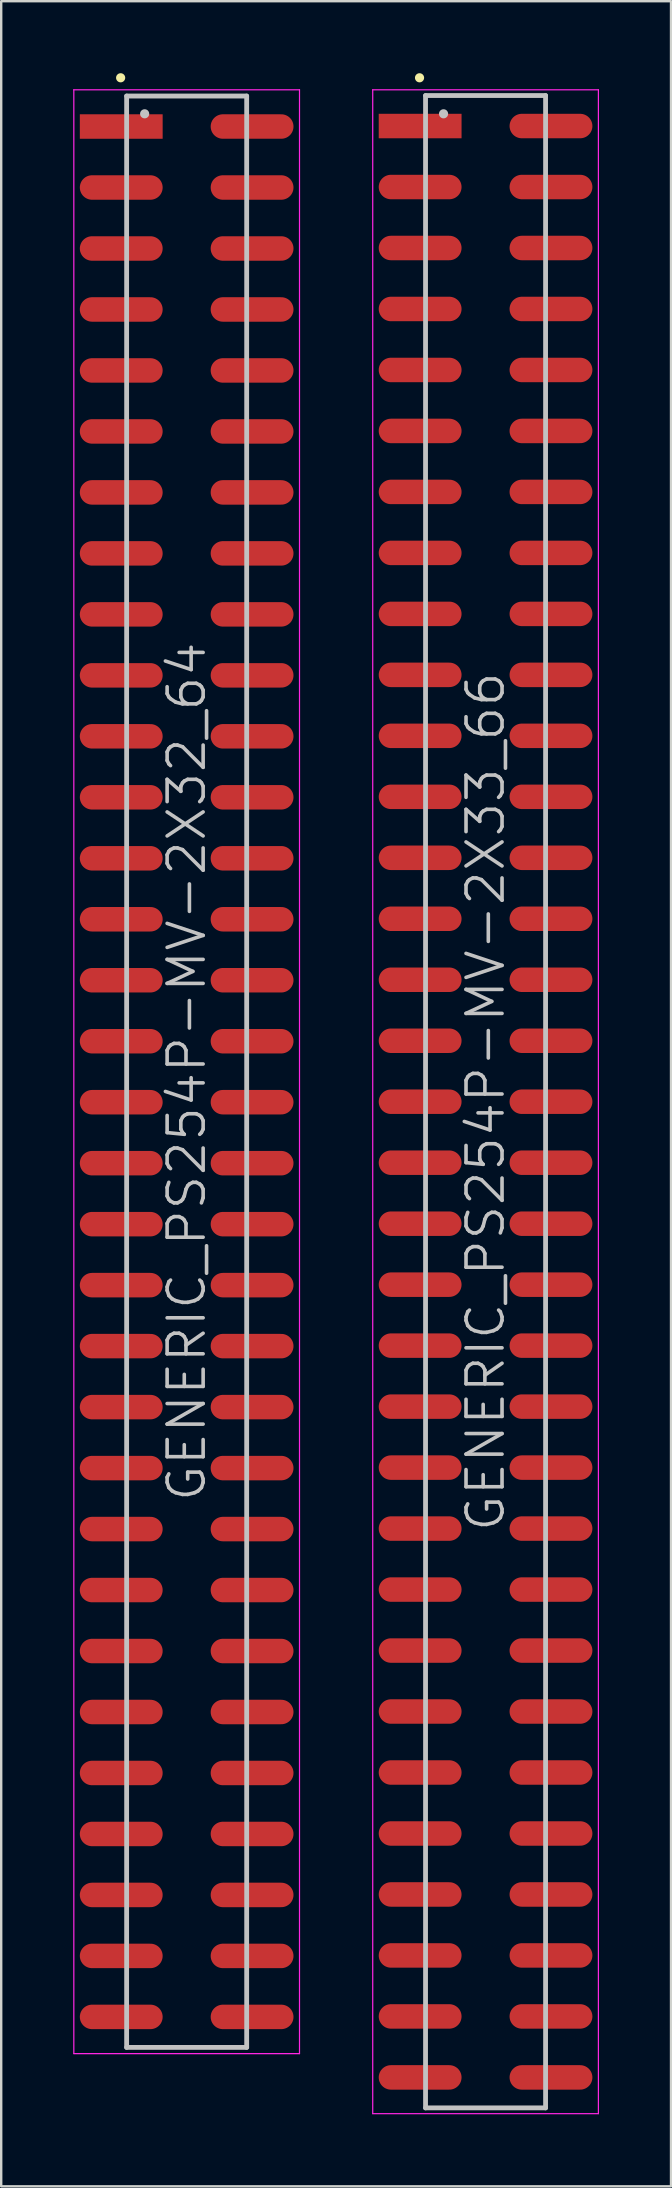
<source format=kicad_pcb>
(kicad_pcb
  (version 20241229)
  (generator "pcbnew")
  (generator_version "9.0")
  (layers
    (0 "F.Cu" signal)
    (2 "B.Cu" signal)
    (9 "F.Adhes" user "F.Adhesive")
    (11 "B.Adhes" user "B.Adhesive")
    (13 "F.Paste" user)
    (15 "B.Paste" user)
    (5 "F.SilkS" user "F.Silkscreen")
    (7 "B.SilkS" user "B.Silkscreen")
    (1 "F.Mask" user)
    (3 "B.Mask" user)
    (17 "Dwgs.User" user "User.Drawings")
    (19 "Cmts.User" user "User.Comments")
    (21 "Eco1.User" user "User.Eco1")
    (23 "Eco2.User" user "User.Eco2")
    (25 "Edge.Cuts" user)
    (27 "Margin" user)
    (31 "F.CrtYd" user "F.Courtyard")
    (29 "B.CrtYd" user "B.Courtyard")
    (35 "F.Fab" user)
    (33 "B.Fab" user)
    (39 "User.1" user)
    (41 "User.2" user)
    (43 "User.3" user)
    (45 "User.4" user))
  (footprint "GENERIC_PS254P-MV-2X33_66"
    (layer "F.Cu")
    (at 17.175 42.84)
    (property "Reference" "GENERIC_PS254P-MV-2X33_66" (at 0 0 90) (layer "Dwgs.User") (effects (font (size 1.5 1.5) (thickness 0.15))))
    (attr smd)
    (fp_line (start -2.75 -42.65) (end -2.75 -42.65) (stroke (width 0.381) (type solid)) (layer "F.SilkS"))
    (fp_line (start -2.5 -41.91) (end -2.5 41.91) (stroke (width 0.2) (type solid)) (layer "Dwgs.User"))
    (fp_line (start -2.5 -41.91) (end 2.5 -41.91) (stroke (width 0.2) (type solid)) (layer "Dwgs.User"))
    (fp_line (start -2.5 41.91) (end 2.5 41.91) (stroke (width 0.2) (type solid)) (layer "Dwgs.User"))
    (fp_line (start -1.75 -41.15) (end -1.75 -41.15) (stroke (width 0.381) (type solid)) (layer "Dwgs.User"))
    (fp_line (start 2.5 -41.91) (end 2.5 41.91) (stroke (width 0.2) (type solid)) (layer "Dwgs.User"))
    (fp_line (start -4.7 -42.15) (end -4.7 42.15) (stroke (width 0.05) (type solid)) (layer "F.CrtYd"))
    (fp_line (start -4.7 -42.15) (end 4.7 -42.15) (stroke (width 0.05) (type solid)) (layer "F.CrtYd"))
    (fp_line (start -4.7 42.15) (end 4.7 42.15) (stroke (width 0.05) (type solid)) (layer "F.CrtYd"))
    (fp_line (start 4.7 -42.15) (end 4.7 42.15) (stroke (width 0.05) (type solid)) (layer "F.CrtYd"))
    (pad "1" smd rect (at -2.725 -40.64 270) (size 1.02 3.45) (layers "F.Cu" "F.Mask" "F.Paste"))
    (pad "2" smd oval (at 2.725 -40.64 270) (size 1.02 3.45) (layers "F.Cu" "F.Mask" "F.Paste"))
    (pad "3" smd oval (at -2.725 -38.1 270) (size 1.02 3.45) (layers "F.Cu" "F.Mask" "F.Paste"))
    (pad "4" smd oval (at 2.725 -38.1 270) (size 1.02 3.45) (layers "F.Cu" "F.Mask" "F.Paste"))
    (pad "5" smd oval (at -2.725 -35.56 270) (size 1.02 3.45) (layers "F.Cu" "F.Mask" "F.Paste"))
    (pad "6" smd oval (at 2.725 -35.56 270) (size 1.02 3.45) (layers "F.Cu" "F.Mask" "F.Paste"))
    (pad "7" smd oval (at -2.725 -33.02 270) (size 1.02 3.45) (layers "F.Cu" "F.Mask" "F.Paste"))
    (pad "8" smd oval (at 2.725 -33.02 270) (size 1.02 3.45) (layers "F.Cu" "F.Mask" "F.Paste"))
    (pad "9" smd oval (at -2.725 -30.48 270) (size 1.02 3.45) (layers "F.Cu" "F.Mask" "F.Paste"))
    (pad "10" smd oval (at 2.725 -30.48 270) (size 1.02 3.45) (layers "F.Cu" "F.Mask" "F.Paste"))
    (pad "11" smd oval (at -2.725 -27.94 270) (size 1.02 3.45) (layers "F.Cu" "F.Mask" "F.Paste"))
    (pad "12" smd oval (at 2.725 -27.94 270) (size 1.02 3.45) (layers "F.Cu" "F.Mask" "F.Paste"))
    (pad "13" smd oval (at -2.725 -25.4 270) (size 1.02 3.45) (layers "F.Cu" "F.Mask" "F.Paste"))
    (pad "14" smd oval (at 2.725 -25.4 270) (size 1.02 3.45) (layers "F.Cu" "F.Mask" "F.Paste"))
    (pad "15" smd oval (at -2.725 -22.86 270) (size 1.02 3.45) (layers "F.Cu" "F.Mask" "F.Paste"))
    (pad "16" smd oval (at 2.725 -22.86 270) (size 1.02 3.45) (layers "F.Cu" "F.Mask" "F.Paste"))
    (pad "17" smd oval (at -2.725 -20.32 270) (size 1.02 3.45) (layers "F.Cu" "F.Mask" "F.Paste"))
    (pad "18" smd oval (at 2.725 -20.32 270) (size 1.02 3.45) (layers "F.Cu" "F.Mask" "F.Paste"))
    (pad "19" smd oval (at -2.725 -17.78 270) (size 1.02 3.45) (layers "F.Cu" "F.Mask" "F.Paste"))
    (pad "20" smd oval (at 2.725 -17.78 270) (size 1.02 3.45) (layers "F.Cu" "F.Mask" "F.Paste"))
    (pad "21" smd oval (at -2.725 -15.24 270) (size 1.02 3.45) (layers "F.Cu" "F.Mask" "F.Paste"))
    (pad "22" smd oval (at 2.725 -15.24 270) (size 1.02 3.45) (layers "F.Cu" "F.Mask" "F.Paste"))
    (pad "23" smd oval (at -2.725 -12.7 270) (size 1.02 3.45) (layers "F.Cu" "F.Mask" "F.Paste"))
    (pad "24" smd oval (at 2.725 -12.7 270) (size 1.02 3.45) (layers "F.Cu" "F.Mask" "F.Paste"))
    (pad "25" smd oval (at -2.725 -10.16 270) (size 1.02 3.45) (layers "F.Cu" "F.Mask" "F.Paste"))
    (pad "26" smd oval (at 2.725 -10.16 270) (size 1.02 3.45) (layers "F.Cu" "F.Mask" "F.Paste"))
    (pad "27" smd oval (at -2.725 -7.62 270) (size 1.02 3.45) (layers "F.Cu" "F.Mask" "F.Paste"))
    (pad "28" smd oval (at 2.725 -7.62 270) (size 1.02 3.45) (layers "F.Cu" "F.Mask" "F.Paste"))
    (pad "29" smd oval (at -2.725 -5.08 270) (size 1.02 3.45) (layers "F.Cu" "F.Mask" "F.Paste"))
    (pad "30" smd oval (at 2.725 -5.08 270) (size 1.02 3.45) (layers "F.Cu" "F.Mask" "F.Paste"))
    (pad "31" smd oval (at -2.725 -2.54 270) (size 1.02 3.45) (layers "F.Cu" "F.Mask" "F.Paste"))
    (pad "32" smd oval (at 2.725 -2.54 270) (size 1.02 3.45) (layers "F.Cu" "F.Mask" "F.Paste"))
    (pad "33" smd oval (at -2.725 0 270) (size 1.02 3.45) (layers "F.Cu" "F.Mask" "F.Paste"))
    (pad "34" smd oval (at 2.725 0 270) (size 1.02 3.45) (layers "F.Cu" "F.Mask" "F.Paste"))
    (pad "35" smd oval (at -2.725 2.54 270) (size 1.02 3.45) (layers "F.Cu" "F.Mask" "F.Paste"))
    (pad "36" smd oval (at 2.725 2.54 270) (size 1.02 3.45) (layers "F.Cu" "F.Mask" "F.Paste"))
    (pad "37" smd oval (at -2.725 5.08 270) (size 1.02 3.45) (layers "F.Cu" "F.Mask" "F.Paste"))
    (pad "38" smd oval (at 2.725 5.08 270) (size 1.02 3.45) (layers "F.Cu" "F.Mask" "F.Paste"))
    (pad "39" smd oval (at -2.725 7.62 270) (size 1.02 3.45) (layers "F.Cu" "F.Mask" "F.Paste"))
    (pad "40" smd oval (at 2.725 7.62 270) (size 1.02 3.45) (layers "F.Cu" "F.Mask" "F.Paste"))
    (pad "41" smd oval (at -2.725 10.16 270) (size 1.02 3.45) (layers "F.Cu" "F.Mask" "F.Paste"))
    (pad "42" smd oval (at 2.725 10.16 270) (size 1.02 3.45) (layers "F.Cu" "F.Mask" "F.Paste"))
    (pad "43" smd oval (at -2.725 12.7 270) (size 1.02 3.45) (layers "F.Cu" "F.Mask" "F.Paste"))
    (pad "44" smd oval (at 2.725 12.7 270) (size 1.02 3.45) (layers "F.Cu" "F.Mask" "F.Paste"))
    (pad "45" smd oval (at -2.725 15.24 270) (size 1.02 3.45) (layers "F.Cu" "F.Mask" "F.Paste"))
    (pad "46" smd oval (at 2.725 15.24 270) (size 1.02 3.45) (layers "F.Cu" "F.Mask" "F.Paste"))
    (pad "47" smd oval (at -2.725 17.78 270) (size 1.02 3.45) (layers "F.Cu" "F.Mask" "F.Paste"))
    (pad "48" smd oval (at 2.725 17.78 270) (size 1.02 3.45) (layers "F.Cu" "F.Mask" "F.Paste"))
    (pad "49" smd oval (at -2.725 20.32 270) (size 1.02 3.45) (layers "F.Cu" "F.Mask" "F.Paste"))
    (pad "50" smd oval (at 2.725 20.32 270) (size 1.02 3.45) (layers "F.Cu" "F.Mask" "F.Paste"))
    (pad "51" smd oval (at -2.725 22.86 270) (size 1.02 3.45) (layers "F.Cu" "F.Mask" "F.Paste"))
    (pad "52" smd oval (at 2.725 22.86 270) (size 1.02 3.45) (layers "F.Cu" "F.Mask" "F.Paste"))
    (pad "53" smd oval (at -2.725 25.4 270) (size 1.02 3.45) (layers "F.Cu" "F.Mask" "F.Paste"))
    (pad "54" smd oval (at 2.725 25.4 270) (size 1.02 3.45) (layers "F.Cu" "F.Mask" "F.Paste"))
    (pad "55" smd oval (at -2.725 27.94 270) (size 1.02 3.45) (layers "F.Cu" "F.Mask" "F.Paste"))
    (pad "56" smd oval (at 2.725 27.94 270) (size 1.02 3.45) (layers "F.Cu" "F.Mask" "F.Paste"))
    (pad "57" smd oval (at -2.725 30.48 270) (size 1.02 3.45) (layers "F.Cu" "F.Mask" "F.Paste"))
    (pad "58" smd oval (at 2.725 30.48 270) (size 1.02 3.45) (layers "F.Cu" "F.Mask" "F.Paste"))
    (pad "59" smd oval (at -2.725 33.02 270) (size 1.02 3.45) (layers "F.Cu" "F.Mask" "F.Paste"))
    (pad "60" smd oval (at 2.725 33.02 270) (size 1.02 3.45) (layers "F.Cu" "F.Mask" "F.Paste"))
    (pad "61" smd oval (at -2.725 35.56 270) (size 1.02 3.45) (layers "F.Cu" "F.Mask" "F.Paste"))
    (pad "62" smd oval (at 2.725 35.56 270) (size 1.02 3.45) (layers "F.Cu" "F.Mask" "F.Paste"))
    (pad "63" smd oval (at -2.725 38.1 270) (size 1.02 3.45) (layers "F.Cu" "F.Mask" "F.Paste"))
    (pad "64" smd oval (at 2.725 38.1 270) (size 1.02 3.45) (layers "F.Cu" "F.Mask" "F.Paste"))
    (pad "65" smd oval (at -2.725 40.64 270) (size 1.02 3.45) (layers "F.Cu" "F.Mask" "F.Paste"))
    (pad "66" smd oval (at 2.725 40.64 270) (size 1.02 3.45) (layers "F.Cu" "F.Mask" "F.Paste")))
  (footprint "GENERIC_PS254P-MV-2X32_64"
    (layer "F.Cu")
    (at 4.725 41.59)
    (property "Reference" "GENERIC_PS254P-MV-2X32_64" (at 0 0 90) (layer "Dwgs.User") (effects (font (size 1.5 1.5) (thickness 0.15))))
    (attr smd)
    (fp_line (start -2.75 -41.4) (end -2.75 -41.4) (stroke (width 0.381) (type solid)) (layer "F.SilkS"))
    (fp_line (start -2.5 -40.64) (end -2.5 40.64) (stroke (width 0.2) (type solid)) (layer "Dwgs.User"))
    (fp_line (start -2.5 -40.64) (end 2.5 -40.64) (stroke (width 0.2) (type solid)) (layer "Dwgs.User"))
    (fp_line (start -2.5 40.64) (end 2.5 40.64) (stroke (width 0.2) (type solid)) (layer "Dwgs.User"))
    (fp_line (start -1.75 -39.9) (end -1.75 -39.9) (stroke (width 0.381) (type solid)) (layer "Dwgs.User"))
    (fp_line (start 2.5 -40.64) (end 2.5 40.64) (stroke (width 0.2) (type solid)) (layer "Dwgs.User"))
    (fp_line (start -4.7 -40.9) (end -4.7 40.9) (stroke (width 0.05) (type solid)) (layer "F.CrtYd"))
    (fp_line (start -4.7 -40.9) (end 4.7 -40.9) (stroke (width 0.05) (type solid)) (layer "F.CrtYd"))
    (fp_line (start -4.7 40.9) (end 4.7 40.9) (stroke (width 0.05) (type solid)) (layer "F.CrtYd"))
    (fp_line (start 4.7 -40.9) (end 4.7 40.9) (stroke (width 0.05) (type solid)) (layer "F.CrtYd"))
    (pad "1" smd rect (at -2.725 -39.37 270) (size 1.02 3.45) (layers "F.Cu" "F.Mask" "F.Paste"))
    (pad "2" smd oval (at 2.725 -39.37 270) (size 1.02 3.45) (layers "F.Cu" "F.Mask" "F.Paste"))
    (pad "3" smd oval (at -2.725 -36.83 270) (size 1.02 3.45) (layers "F.Cu" "F.Mask" "F.Paste"))
    (pad "4" smd oval (at 2.725 -36.83 270) (size 1.02 3.45) (layers "F.Cu" "F.Mask" "F.Paste"))
    (pad "5" smd oval (at -2.725 -34.29 270) (size 1.02 3.45) (layers "F.Cu" "F.Mask" "F.Paste"))
    (pad "6" smd oval (at 2.725 -34.29 270) (size 1.02 3.45) (layers "F.Cu" "F.Mask" "F.Paste"))
    (pad "7" smd oval (at -2.725 -31.75 270) (size 1.02 3.45) (layers "F.Cu" "F.Mask" "F.Paste"))
    (pad "8" smd oval (at 2.725 -31.75 270) (size 1.02 3.45) (layers "F.Cu" "F.Mask" "F.Paste"))
    (pad "9" smd oval (at -2.725 -29.21 270) (size 1.02 3.45) (layers "F.Cu" "F.Mask" "F.Paste"))
    (pad "10" smd oval (at 2.725 -29.21 270) (size 1.02 3.45) (layers "F.Cu" "F.Mask" "F.Paste"))
    (pad "11" smd oval (at -2.725 -26.67 270) (size 1.02 3.45) (layers "F.Cu" "F.Mask" "F.Paste"))
    (pad "12" smd oval (at 2.725 -26.67 270) (size 1.02 3.45) (layers "F.Cu" "F.Mask" "F.Paste"))
    (pad "13" smd oval (at -2.725 -24.13 270) (size 1.02 3.45) (layers "F.Cu" "F.Mask" "F.Paste"))
    (pad "14" smd oval (at 2.725 -24.13 270) (size 1.02 3.45) (layers "F.Cu" "F.Mask" "F.Paste"))
    (pad "15" smd oval (at -2.725 -21.59 270) (size 1.02 3.45) (layers "F.Cu" "F.Mask" "F.Paste"))
    (pad "16" smd oval (at 2.725 -21.59 270) (size 1.02 3.45) (layers "F.Cu" "F.Mask" "F.Paste"))
    (pad "17" smd oval (at -2.725 -19.05 270) (size 1.02 3.45) (layers "F.Cu" "F.Mask" "F.Paste"))
    (pad "18" smd oval (at 2.725 -19.05 270) (size 1.02 3.45) (layers "F.Cu" "F.Mask" "F.Paste"))
    (pad "19" smd oval (at -2.725 -16.51 270) (size 1.02 3.45) (layers "F.Cu" "F.Mask" "F.Paste"))
    (pad "20" smd oval (at 2.725 -16.51 270) (size 1.02 3.45) (layers "F.Cu" "F.Mask" "F.Paste"))
    (pad "21" smd oval (at -2.725 -13.97 270) (size 1.02 3.45) (layers "F.Cu" "F.Mask" "F.Paste"))
    (pad "22" smd oval (at 2.725 -13.97 270) (size 1.02 3.45) (layers "F.Cu" "F.Mask" "F.Paste"))
    (pad "23" smd oval (at -2.725 -11.43 270) (size 1.02 3.45) (layers "F.Cu" "F.Mask" "F.Paste"))
    (pad "24" smd oval (at 2.725 -11.43 270) (size 1.02 3.45) (layers "F.Cu" "F.Mask" "F.Paste"))
    (pad "25" smd oval (at -2.725 -8.89 270) (size 1.02 3.45) (layers "F.Cu" "F.Mask" "F.Paste"))
    (pad "26" smd oval (at 2.725 -8.89 270) (size 1.02 3.45) (layers "F.Cu" "F.Mask" "F.Paste"))
    (pad "27" smd oval (at -2.725 -6.35 270) (size 1.02 3.45) (layers "F.Cu" "F.Mask" "F.Paste"))
    (pad "28" smd oval (at 2.725 -6.35 270) (size 1.02 3.45) (layers "F.Cu" "F.Mask" "F.Paste"))
    (pad "29" smd oval (at -2.725 -3.81 270) (size 1.02 3.45) (layers "F.Cu" "F.Mask" "F.Paste"))
    (pad "30" smd oval (at 2.725 -3.81 270) (size 1.02 3.45) (layers "F.Cu" "F.Mask" "F.Paste"))
    (pad "31" smd oval (at -2.725 -1.27 270) (size 1.02 3.45) (layers "F.Cu" "F.Mask" "F.Paste"))
    (pad "32" smd oval (at 2.725 -1.27 270) (size 1.02 3.45) (layers "F.Cu" "F.Mask" "F.Paste"))
    (pad "33" smd oval (at -2.725 1.27 270) (size 1.02 3.45) (layers "F.Cu" "F.Mask" "F.Paste"))
    (pad "34" smd oval (at 2.725 1.27 270) (size 1.02 3.45) (layers "F.Cu" "F.Mask" "F.Paste"))
    (pad "35" smd oval (at -2.725 3.81 270) (size 1.02 3.45) (layers "F.Cu" "F.Mask" "F.Paste"))
    (pad "36" smd oval (at 2.725 3.81 270) (size 1.02 3.45) (layers "F.Cu" "F.Mask" "F.Paste"))
    (pad "37" smd oval (at -2.725 6.35 270) (size 1.02 3.45) (layers "F.Cu" "F.Mask" "F.Paste"))
    (pad "38" smd oval (at 2.725 6.35 270) (size 1.02 3.45) (layers "F.Cu" "F.Mask" "F.Paste"))
    (pad "39" smd oval (at -2.725 8.89 270) (size 1.02 3.45) (layers "F.Cu" "F.Mask" "F.Paste"))
    (pad "40" smd oval (at 2.725 8.89 270) (size 1.02 3.45) (layers "F.Cu" "F.Mask" "F.Paste"))
    (pad "41" smd oval (at -2.725 11.43 270) (size 1.02 3.45) (layers "F.Cu" "F.Mask" "F.Paste"))
    (pad "42" smd oval (at 2.725 11.43 270) (size 1.02 3.45) (layers "F.Cu" "F.Mask" "F.Paste"))
    (pad "43" smd oval (at -2.725 13.97 270) (size 1.02 3.45) (layers "F.Cu" "F.Mask" "F.Paste"))
    (pad "44" smd oval (at 2.725 13.97 270) (size 1.02 3.45) (layers "F.Cu" "F.Mask" "F.Paste"))
    (pad "45" smd oval (at -2.725 16.51 270) (size 1.02 3.45) (layers "F.Cu" "F.Mask" "F.Paste"))
    (pad "46" smd oval (at 2.725 16.51 270) (size 1.02 3.45) (layers "F.Cu" "F.Mask" "F.Paste"))
    (pad "47" smd oval (at -2.725 19.05 270) (size 1.02 3.45) (layers "F.Cu" "F.Mask" "F.Paste"))
    (pad "48" smd oval (at 2.725 19.05 270) (size 1.02 3.45) (layers "F.Cu" "F.Mask" "F.Paste"))
    (pad "49" smd oval (at -2.725 21.59 270) (size 1.02 3.45) (layers "F.Cu" "F.Mask" "F.Paste"))
    (pad "50" smd oval (at 2.725 21.59 270) (size 1.02 3.45) (layers "F.Cu" "F.Mask" "F.Paste"))
    (pad "51" smd oval (at -2.725 24.13 270) (size 1.02 3.45) (layers "F.Cu" "F.Mask" "F.Paste"))
    (pad "52" smd oval (at 2.725 24.13 270) (size 1.02 3.45) (layers "F.Cu" "F.Mask" "F.Paste"))
    (pad "53" smd oval (at -2.725 26.67 270) (size 1.02 3.45) (layers "F.Cu" "F.Mask" "F.Paste"))
    (pad "54" smd oval (at 2.725 26.67 270) (size 1.02 3.45) (layers "F.Cu" "F.Mask" "F.Paste"))
    (pad "55" smd oval (at -2.725 29.21 270) (size 1.02 3.45) (layers "F.Cu" "F.Mask" "F.Paste"))
    (pad "56" smd oval (at 2.725 29.21 270) (size 1.02 3.45) (layers "F.Cu" "F.Mask" "F.Paste"))
    (pad "57" smd oval (at -2.725 31.75 270) (size 1.02 3.45) (layers "F.Cu" "F.Mask" "F.Paste"))
    (pad "58" smd oval (at 2.725 31.75 270) (size 1.02 3.45) (layers "F.Cu" "F.Mask" "F.Paste"))
    (pad "59" smd oval (at -2.725 34.29 270) (size 1.02 3.45) (layers "F.Cu" "F.Mask" "F.Paste"))
    (pad "60" smd oval (at 2.725 34.29 270) (size 1.02 3.45) (layers "F.Cu" "F.Mask" "F.Paste"))
    (pad "61" smd oval (at -2.725 36.83 270) (size 1.02 3.45) (layers "F.Cu" "F.Mask" "F.Paste"))
    (pad "62" smd oval (at 2.725 36.83 270) (size 1.02 3.45) (layers "F.Cu" "F.Mask" "F.Paste"))
    (pad "63" smd oval (at -2.725 39.37 270) (size 1.02 3.45) (layers "F.Cu" "F.Mask" "F.Paste"))
    (pad "64" smd oval (at 2.725 39.37 270) (size 1.02 3.45) (layers "F.Cu" "F.Mask" "F.Paste")))
  (gr_rect
    (start -3 -3)
    (end 24.9 88.016)
    (stroke (width 0.1) (type default))
    (fill no)
    (layer "Edge.Cuts")))
</source>
